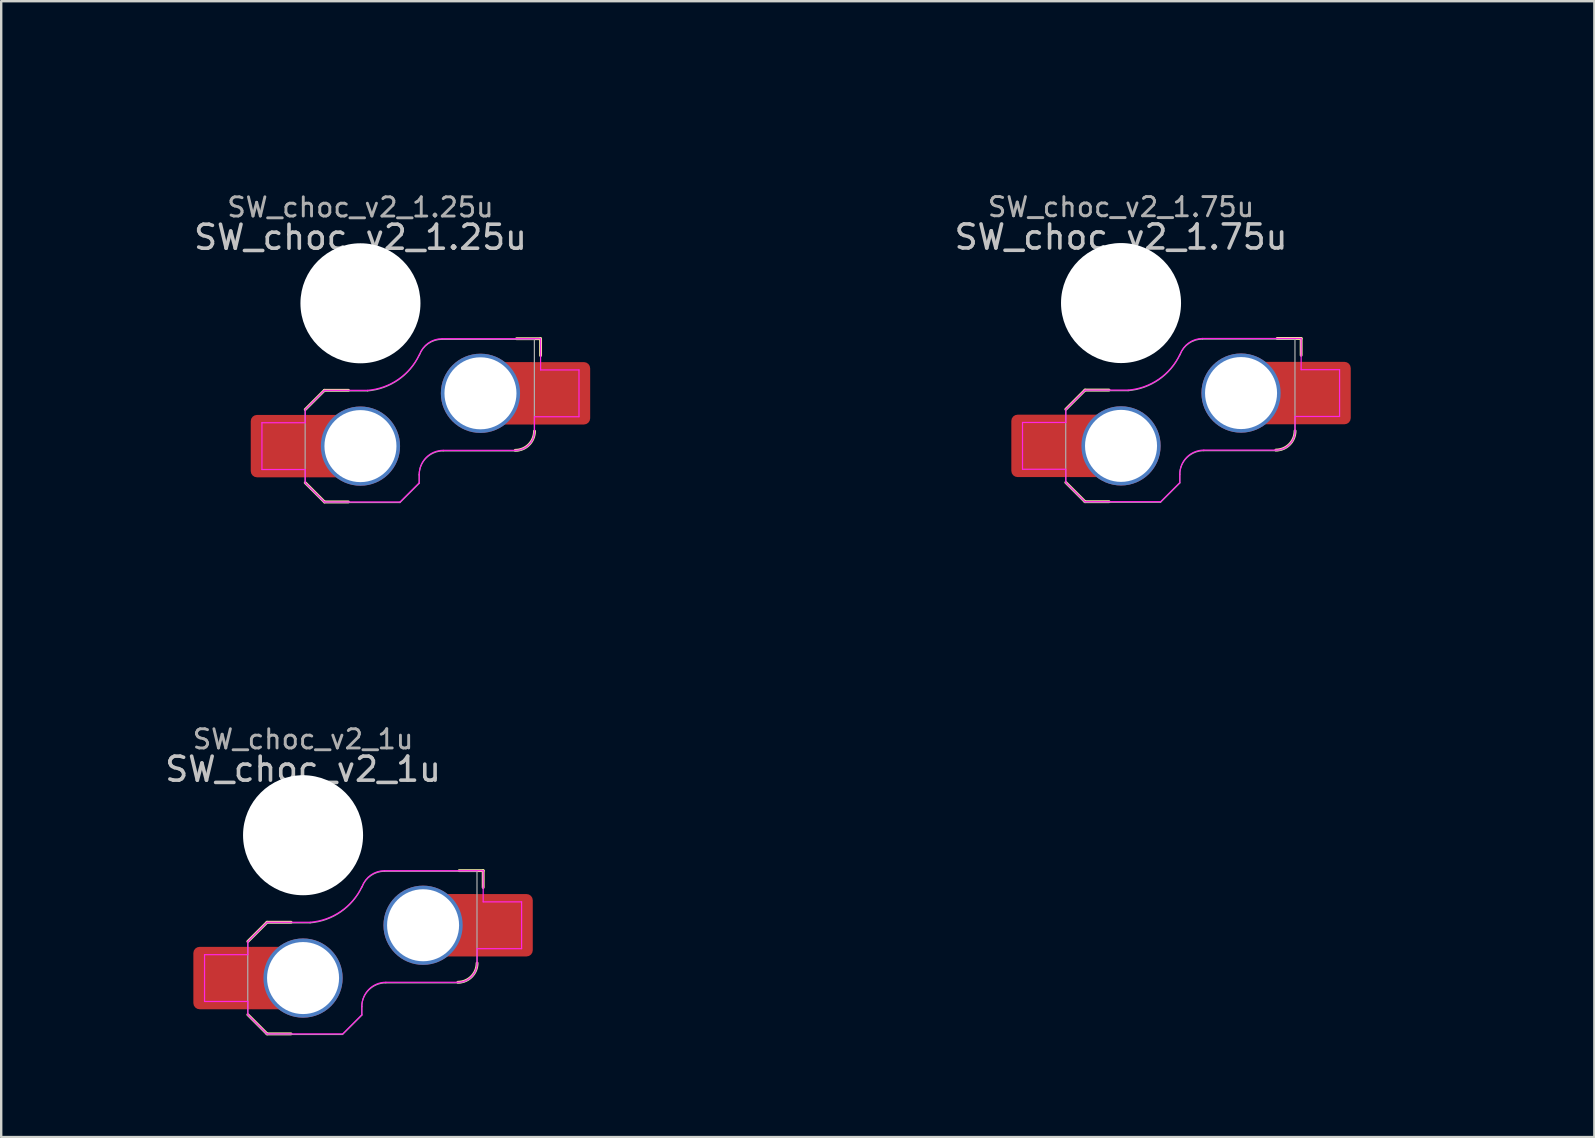
<source format=kicad_pcb>
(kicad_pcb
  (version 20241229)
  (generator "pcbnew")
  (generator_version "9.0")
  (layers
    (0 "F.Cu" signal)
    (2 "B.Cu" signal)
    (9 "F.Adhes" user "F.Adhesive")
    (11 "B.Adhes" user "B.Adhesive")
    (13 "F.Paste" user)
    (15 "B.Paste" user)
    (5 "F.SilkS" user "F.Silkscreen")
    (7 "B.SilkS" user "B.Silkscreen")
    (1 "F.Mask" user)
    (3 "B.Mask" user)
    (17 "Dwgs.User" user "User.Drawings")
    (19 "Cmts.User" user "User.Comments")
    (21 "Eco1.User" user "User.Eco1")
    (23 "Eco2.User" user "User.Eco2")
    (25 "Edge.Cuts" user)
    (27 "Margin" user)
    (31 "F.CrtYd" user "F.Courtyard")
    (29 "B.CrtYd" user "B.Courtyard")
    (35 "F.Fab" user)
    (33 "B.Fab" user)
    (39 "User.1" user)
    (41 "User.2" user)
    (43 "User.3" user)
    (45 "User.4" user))
  (footprint "SW_choc_v2_1.75u"
    (layer "F.Cu")
    (at 43.651 9.575)
    (property "Reference" "SW_choc_v2_1.75u" (at 0 -2.75 180) (layer "Dwgs.User") (effects (font (size 1 1) (thickness 0.15))))
    (attr smd)
    (fp_line (start -2.3 7.475) (end -1.5 8.275) (stroke (width 0.12) (type solid)) (layer "F.SilkS"))
    (fp_line (start -1.5 3.625) (end -2.3 4.425) (stroke (width 0.12) (type solid)) (layer "F.SilkS"))
    (fp_line (start -1.5 3.625) (end -0.5 3.625) (stroke (width 0.12) (type solid)) (layer "F.SilkS"))
    (fp_line (start -1.5 8.275) (end -0.5 8.275) (stroke (width 0.12) (type solid)) (layer "F.SilkS"))
    (fp_line (start 7.504 1.475) (end 6.504 1.475) (stroke (width 0.12) (type solid)) (layer "F.SilkS"))
    (fp_line (start 7.504 1.475) (end 7.504 2.175) (stroke (width 0.12) (type solid)) (layer "F.SilkS"))
    (fp_arc (start 7.25 5.325) (mid 7.015685 5.890685) (end 6.45 6.125) (stroke (width 0.12) (type solid)) (layer "F.SilkS"))
    (fp_rect (start -16.669 -9.525) (end 16.669 9.525) (stroke (width 0.1) (type default)) (fill no) (layer "Eco1.User"))
    (fp_line (start -4.104 4.975) (end -4.104 6.925) (stroke (width 0.05) (type solid)) (layer "F.CrtYd"))
    (fp_line (start -4.104 4.975) (end -2.3 4.975) (stroke (width 0.05) (type solid)) (layer "F.CrtYd"))
    (fp_line (start -4.104 6.925) (end -2.3 6.925) (stroke (width 0.05) (type solid)) (layer "F.CrtYd"))
    (fp_line (start -2.3 4.975) (end -2.3 4.425) (stroke (width 0.05) (type solid)) (layer "F.CrtYd"))
    (fp_line (start -2.3 7.475) (end -2.3 6.925) (stroke (width 0.05) (type solid)) (layer "F.CrtYd"))
    (fp_line (start -2.3 7.475) (end -1.5 8.275) (stroke (width 0.05) (type solid)) (layer "F.CrtYd"))
    (fp_line (start -1.5 3.625) (end -2.3 4.425) (stroke (width 0.05) (type solid)) (layer "F.CrtYd"))
    (fp_line (start -1.5 3.625) (end 0.3 3.625) (stroke (width 0.05) (type solid)) (layer "F.CrtYd"))
    (fp_line (start -1.5 8.275) (end 1.65 8.275) (stroke (width 0.05) (type solid)) (layer "F.CrtYd"))
    (fp_line (start 2.45 7.475) (end 1.65 8.275) (stroke (width 0.05) (type solid)) (layer "F.CrtYd"))
    (fp_line (start 2.45 7.475) (end 2.45 7.125) (stroke (width 0.05) (type solid)) (layer "F.CrtYd"))
    (fp_line (start 3.45 6.125) (end 6.45 6.125) (stroke (width 0.05) (type solid)) (layer "F.CrtYd"))
    (fp_line (start 7.25 4.725) (end 9.104 4.725) (stroke (width 0.05) (type solid)) (layer "F.CrtYd"))
    (fp_line (start 7.25 5.325) (end 7.25 4.725) (stroke (width 0.05) (type solid)) (layer "F.CrtYd"))
    (fp_line (start 7.504 1.475) (end 3.4 1.475) (stroke (width 0.05) (type solid)) (layer "F.CrtYd"))
    (fp_line (start 7.504 1.475) (end 7.504 2.175) (stroke (width 0.05) (type solid)) (layer "F.CrtYd"))
    (fp_line (start 7.504 2.175) (end 7.504 2.775) (stroke (width 0.05) (type solid)) (layer "F.CrtYd"))
    (fp_line (start 9.104 2.775) (end 7.504 2.775) (stroke (width 0.05) (type solid)) (layer "F.CrtYd"))
    (fp_line (start 9.104 4.725) (end 9.104 2.775) (stroke (width 0.05) (type solid)) (layer "F.CrtYd"))
    (fp_arc (start 2.45 7.125) (mid 2.742893 6.417893) (end 3.45 6.125) (stroke (width 0.05) (type solid)) (layer "F.CrtYd"))
    (fp_arc (start 2.455444 2.13293) (mid 1.577272 3.167235) (end 0.299999 3.624999) (stroke (width 0.05) (type solid)) (layer "F.CrtYd"))
    (fp_arc (start 2.460307 2.13298) (mid 2.826423 1.655848) (end 3.4 1.475) (stroke (width 0.05) (type solid)) (layer "F.CrtYd"))
    (fp_arc (start 7.25 5.325) (mid 7.015685 5.890685) (end 6.45 6.125) (stroke (width 0.05) (type solid)) (layer "F.CrtYd"))
    (fp_line (start -2.304 7.5) (end -2.304 4.45) (stroke (width 0.05) (type solid)) (layer "F.Fab"))
    (fp_line (start -2.304 7.5) (end -1.504 8.3) (stroke (width 0.05) (type solid)) (layer "F.Fab"))
    (fp_line (start -1.504 3.65) (end -2.304 4.45) (stroke (width 0.05) (type solid)) (layer "F.Fab"))
    (fp_line (start -1.504 3.65) (end 0.296 3.65) (stroke (width 0.05) (type solid)) (layer "F.Fab"))
    (fp_line (start -1.504 8.3) (end 1.646 8.3) (stroke (width 0.05) (type solid)) (layer "F.Fab"))
    (fp_line (start 2.446 7.5) (end 1.646 8.3) (stroke (width 0.05) (type solid)) (layer "F.Fab"))
    (fp_line (start 2.446 7.5) (end 2.446 7.15) (stroke (width 0.05) (type solid)) (layer "F.Fab"))
    (fp_line (start 3.446 6.15) (end 6.446 6.15) (stroke (width 0.05) (type solid)) (layer "F.Fab"))
    (fp_line (start 7.246 1.5) (end 3.396 1.5) (stroke (width 0.05) (type solid)) (layer "F.Fab"))
    (fp_line (start 7.246 5.35) (end 7.246 1.5) (stroke (width 0.05) (type solid)) (layer "F.Fab"))
    (fp_arc (start 2.446 7.15) (mid 2.738893 6.442893) (end 3.446 6.15) (stroke (width 0.05) (type solid)) (layer "F.Fab"))
    (fp_arc (start 2.451444 2.15793) (mid 1.573272 3.192235) (end 0.295999 3.649999) (stroke (width 0.05) (type solid)) (layer "F.Fab"))
    (fp_arc (start 2.456307 2.15798) (mid 2.822423 1.680848) (end 3.396 1.5) (stroke (width 0.05) (type solid)) (layer "F.Fab"))
    (fp_arc (start 7.246 5.35) (mid 7.011685 5.915685) (end 6.446 6.15) (stroke (width 0.05) (type solid)) (layer "F.Fab"))
    (fp_text user "${REFERENCE}" (at 0 -4 0) (layer "F.Fab") (effects (font (size 0.8 0.8) (thickness 0.12))))
    (pad "" np_thru_hole circle (at 0 0 180) (size 5 5) (drill 5) (layers "*.Cu" "*.Mask"))
    (pad "1" thru_hole circle (at 5 3.75) (size 3.3 3.3) (drill 3) (layers "*.Cu" "F.Mask"))
    (pad "1" smd rect (at 6.55 3.75) (size 1.2 2.6) (layers "F.Cu"))
    (pad "1" smd roundrect (at 8.245 3.75) (size 2.65 2.6) (layers "F.Cu" "F.Mask" "F.Paste") (roundrect_rratio 0.1))
    (pad "2" smd roundrect (at -3.245 5.95) (size 2.65 2.6) (layers "F.Cu" "F.Mask" "F.Paste") (roundrect_rratio 0.1))
    (pad "2" smd rect (at -1.55 5.95 180) (size 1.2 2.6) (layers "F.Cu"))
    (pad "2" thru_hole circle (at 0 5.95) (size 3.3 3.3) (drill 3) (layers "*.Cu" "F.Mask")))
  (footprint "SW_choc_v2_1.25u"
    (layer "F.Cu")
    (at 11.966 9.585)
    (property "Reference" "SW_choc_v2_1.25u" (at 0 -2.75 180) (layer "Dwgs.User") (effects (font (size 1 1) (thickness 0.15))))
    (attr smd)
    (fp_line (start -2.3 7.475) (end -1.5 8.275) (stroke (width 0.12) (type solid)) (layer "F.SilkS"))
    (fp_line (start -1.5 3.625) (end -2.3 4.425) (stroke (width 0.12) (type solid)) (layer "F.SilkS"))
    (fp_line (start -1.5 3.625) (end -0.5 3.625) (stroke (width 0.12) (type solid)) (layer "F.SilkS"))
    (fp_line (start -1.5 8.275) (end -0.5 8.275) (stroke (width 0.12) (type solid)) (layer "F.SilkS"))
    (fp_line (start 7.504 1.475) (end 6.504 1.475) (stroke (width 0.12) (type solid)) (layer "F.SilkS"))
    (fp_line (start 7.504 1.475) (end 7.504 2.175) (stroke (width 0.12) (type solid)) (layer "F.SilkS"))
    (fp_arc (start 7.25 5.325) (mid 7.015685 5.890685) (end 6.45 6.125) (stroke (width 0.12) (type solid)) (layer "F.SilkS"))
    (fp_line (start -11.906 -9.525) (end -11.906 9.525) (stroke (width 0.12) (type solid)) (layer "Eco1.User"))
    (fp_line (start -11.906 9.525) (end 11.906 9.525) (stroke (width 0.12) (type solid)) (layer "Eco1.User"))
    (fp_line (start 11.906 -9.525) (end -11.906 -9.525) (stroke (width 0.12) (type solid)) (layer "Eco1.User"))
    (fp_line (start 11.906 9.525) (end 11.906 -9.525) (stroke (width 0.12) (type solid)) (layer "Eco1.User"))
    (fp_line (start -4.104 4.975) (end -4.104 6.925) (stroke (width 0.05) (type solid)) (layer "F.CrtYd"))
    (fp_line (start -4.104 4.975) (end -2.3 4.975) (stroke (width 0.05) (type solid)) (layer "F.CrtYd"))
    (fp_line (start -4.104 6.925) (end -2.3 6.925) (stroke (width 0.05) (type solid)) (layer "F.CrtYd"))
    (fp_line (start -2.3 4.975) (end -2.3 4.425) (stroke (width 0.05) (type solid)) (layer "F.CrtYd"))
    (fp_line (start -2.3 7.475) (end -2.3 6.925) (stroke (width 0.05) (type solid)) (layer "F.CrtYd"))
    (fp_line (start -2.3 7.475) (end -1.5 8.275) (stroke (width 0.05) (type solid)) (layer "F.CrtYd"))
    (fp_line (start -1.5 3.625) (end -2.3 4.425) (stroke (width 0.05) (type solid)) (layer "F.CrtYd"))
    (fp_line (start -1.5 3.625) (end 0.3 3.625) (stroke (width 0.05) (type solid)) (layer "F.CrtYd"))
    (fp_line (start -1.5 8.275) (end 1.65 8.275) (stroke (width 0.05) (type solid)) (layer "F.CrtYd"))
    (fp_line (start 2.45 7.475) (end 1.65 8.275) (stroke (width 0.05) (type solid)) (layer "F.CrtYd"))
    (fp_line (start 2.45 7.475) (end 2.45 7.125) (stroke (width 0.05) (type solid)) (layer "F.CrtYd"))
    (fp_line (start 3.45 6.125) (end 6.45 6.125) (stroke (width 0.05) (type solid)) (layer "F.CrtYd"))
    (fp_line (start 7.25 4.725) (end 9.104 4.725) (stroke (width 0.05) (type solid)) (layer "F.CrtYd"))
    (fp_line (start 7.25 5.325) (end 7.25 4.725) (stroke (width 0.05) (type solid)) (layer "F.CrtYd"))
    (fp_line (start 7.504 1.475) (end 3.4 1.475) (stroke (width 0.05) (type solid)) (layer "F.CrtYd"))
    (fp_line (start 7.504 1.475) (end 7.504 2.175) (stroke (width 0.05) (type solid)) (layer "F.CrtYd"))
    (fp_line (start 7.504 2.175) (end 7.504 2.775) (stroke (width 0.05) (type solid)) (layer "F.CrtYd"))
    (fp_line (start 9.104 2.775) (end 7.504 2.775) (stroke (width 0.05) (type solid)) (layer "F.CrtYd"))
    (fp_line (start 9.104 4.725) (end 9.104 2.775) (stroke (width 0.05) (type solid)) (layer "F.CrtYd"))
    (fp_arc (start 2.45 7.125) (mid 2.742893 6.417893) (end 3.45 6.125) (stroke (width 0.05) (type solid)) (layer "F.CrtYd"))
    (fp_arc (start 2.455444 2.13293) (mid 1.577272 3.167235) (end 0.299999 3.624999) (stroke (width 0.05) (type solid)) (layer "F.CrtYd"))
    (fp_arc (start 2.460307 2.13298) (mid 2.826423 1.655848) (end 3.4 1.475) (stroke (width 0.05) (type solid)) (layer "F.CrtYd"))
    (fp_arc (start 7.25 5.325) (mid 7.015685 5.890685) (end 6.45 6.125) (stroke (width 0.05) (type solid)) (layer "F.CrtYd"))
    (fp_line (start -2.304 7.5) (end -2.304 4.45) (stroke (width 0.05) (type solid)) (layer "F.Fab"))
    (fp_line (start -2.304 7.5) (end -1.504 8.3) (stroke (width 0.05) (type solid)) (layer "F.Fab"))
    (fp_line (start -1.504 3.65) (end -2.304 4.45) (stroke (width 0.05) (type solid)) (layer "F.Fab"))
    (fp_line (start -1.504 3.65) (end 0.296 3.65) (stroke (width 0.05) (type solid)) (layer "F.Fab"))
    (fp_line (start -1.504 8.3) (end 1.646 8.3) (stroke (width 0.05) (type solid)) (layer "F.Fab"))
    (fp_line (start 2.446 7.5) (end 1.646 8.3) (stroke (width 0.05) (type solid)) (layer "F.Fab"))
    (fp_line (start 2.446 7.5) (end 2.446 7.15) (stroke (width 0.05) (type solid)) (layer "F.Fab"))
    (fp_line (start 3.446 6.15) (end 6.446 6.15) (stroke (width 0.05) (type solid)) (layer "F.Fab"))
    (fp_line (start 7.246 1.5) (end 3.396 1.5) (stroke (width 0.05) (type solid)) (layer "F.Fab"))
    (fp_line (start 7.246 5.35) (end 7.246 1.5) (stroke (width 0.05) (type solid)) (layer "F.Fab"))
    (fp_arc (start 2.446 7.15) (mid 2.738893 6.442893) (end 3.446 6.15) (stroke (width 0.05) (type solid)) (layer "F.Fab"))
    (fp_arc (start 2.451444 2.15793) (mid 1.573272 3.192235) (end 0.295999 3.649999) (stroke (width 0.05) (type solid)) (layer "F.Fab"))
    (fp_arc (start 2.456307 2.15798) (mid 2.822423 1.680848) (end 3.396 1.5) (stroke (width 0.05) (type solid)) (layer "F.Fab"))
    (fp_arc (start 7.246 5.35) (mid 7.011685 5.915685) (end 6.446 6.15) (stroke (width 0.05) (type solid)) (layer "F.Fab"))
    (fp_text user "${REFERENCE}" (at 0 -4 0) (layer "F.Fab") (effects (font (size 0.8 0.8) (thickness 0.12))))
    (pad "" np_thru_hole circle (at 0 0 180) (size 5 5) (drill 5) (layers "*.Cu" "*.Mask"))
    (pad "1" thru_hole circle (at 5 3.75) (size 3.3 3.3) (drill 3) (layers "*.Cu" "F.Mask"))
    (pad "1" smd rect (at 6.55 3.75) (size 1.2 2.6) (layers "F.Cu"))
    (pad "1" smd roundrect (at 8.245 3.75) (size 2.65 2.6) (layers "F.Cu" "F.Mask" "F.Paste") (roundrect_rratio 0.1))
    (pad "2" smd roundrect (at -3.245 5.95) (size 2.65 2.6) (layers "F.Cu" "F.Mask" "F.Paste") (roundrect_rratio 0.1))
    (pad "2" smd rect (at -1.55 5.95 180) (size 1.2 2.6) (layers "F.Cu"))
    (pad "2" thru_hole circle (at 0 5.95) (size 3.3 3.3) (drill 3) (layers "*.Cu" "F.Mask")))
  (footprint "SW_choc_v2_1u"
    (layer "F.Cu")
    (at 9.575 31.745)
    (property "Reference" "SW_choc_v2_1u" (at 0 -2.75 180) (layer "Dwgs.User") (effects (font (size 1 1) (thickness 0.15))))
    (attr smd)
    (fp_line (start -2.3 7.475) (end -1.5 8.275) (stroke (width 0.12) (type solid)) (layer "F.SilkS"))
    (fp_line (start -1.5 3.625) (end -2.3 4.425) (stroke (width 0.12) (type solid)) (layer "F.SilkS"))
    (fp_line (start -1.5 3.625) (end -0.5 3.625) (stroke (width 0.12) (type solid)) (layer "F.SilkS"))
    (fp_line (start -1.5 8.275) (end -0.5 8.275) (stroke (width 0.12) (type solid)) (layer "F.SilkS"))
    (fp_line (start 7.504 1.475) (end 6.504 1.475) (stroke (width 0.12) (type solid)) (layer "F.SilkS"))
    (fp_line (start 7.504 1.475) (end 7.504 2.175) (stroke (width 0.12) (type solid)) (layer "F.SilkS"))
    (fp_arc (start 7.25 5.325) (mid 7.015685 5.890685) (end 6.45 6.125) (stroke (width 0.12) (type solid)) (layer "F.SilkS"))
    (fp_rect (start -9.525 -9.525) (end 9.525 9.525) (stroke (width 0.1) (type default)) (fill no) (layer "Eco1.User"))
    (fp_line (start -4.104 4.975) (end -4.104 6.925) (stroke (width 0.05) (type solid)) (layer "F.CrtYd"))
    (fp_line (start -4.104 4.975) (end -2.3 4.975) (stroke (width 0.05) (type solid)) (layer "F.CrtYd"))
    (fp_line (start -4.104 6.925) (end -2.3 6.925) (stroke (width 0.05) (type solid)) (layer "F.CrtYd"))
    (fp_line (start -2.3 4.975) (end -2.3 4.425) (stroke (width 0.05) (type solid)) (layer "F.CrtYd"))
    (fp_line (start -2.3 7.475) (end -2.3 6.925) (stroke (width 0.05) (type solid)) (layer "F.CrtYd"))
    (fp_line (start -2.3 7.475) (end -1.5 8.275) (stroke (width 0.05) (type solid)) (layer "F.CrtYd"))
    (fp_line (start -1.5 3.625) (end -2.3 4.425) (stroke (width 0.05) (type solid)) (layer "F.CrtYd"))
    (fp_line (start -1.5 3.625) (end 0.3 3.625) (stroke (width 0.05) (type solid)) (layer "F.CrtYd"))
    (fp_line (start -1.5 8.275) (end 1.65 8.275) (stroke (width 0.05) (type solid)) (layer "F.CrtYd"))
    (fp_line (start 2.45 7.475) (end 1.65 8.275) (stroke (width 0.05) (type solid)) (layer "F.CrtYd"))
    (fp_line (start 2.45 7.475) (end 2.45 7.125) (stroke (width 0.05) (type solid)) (layer "F.CrtYd"))
    (fp_line (start 3.45 6.125) (end 6.45 6.125) (stroke (width 0.05) (type solid)) (layer "F.CrtYd"))
    (fp_line (start 7.25 4.725) (end 9.104 4.725) (stroke (width 0.05) (type solid)) (layer "F.CrtYd"))
    (fp_line (start 7.25 5.325) (end 7.25 4.725) (stroke (width 0.05) (type solid)) (layer "F.CrtYd"))
    (fp_line (start 7.504 1.475) (end 3.4 1.475) (stroke (width 0.05) (type solid)) (layer "F.CrtYd"))
    (fp_line (start 7.504 1.475) (end 7.504 2.175) (stroke (width 0.05) (type solid)) (layer "F.CrtYd"))
    (fp_line (start 7.504 2.175) (end 7.504 2.775) (stroke (width 0.05) (type solid)) (layer "F.CrtYd"))
    (fp_line (start 9.104 2.775) (end 7.504 2.775) (stroke (width 0.05) (type solid)) (layer "F.CrtYd"))
    (fp_line (start 9.104 4.725) (end 9.104 2.775) (stroke (width 0.05) (type solid)) (layer "F.CrtYd"))
    (fp_arc (start 2.45 7.125) (mid 2.742893 6.417893) (end 3.45 6.125) (stroke (width 0.05) (type solid)) (layer "F.CrtYd"))
    (fp_arc (start 2.455444 2.13293) (mid 1.577272 3.167235) (end 0.299999 3.624999) (stroke (width 0.05) (type solid)) (layer "F.CrtYd"))
    (fp_arc (start 2.460307 2.13298) (mid 2.826423 1.655848) (end 3.4 1.475) (stroke (width 0.05) (type solid)) (layer "F.CrtYd"))
    (fp_arc (start 7.25 5.325) (mid 7.015685 5.890685) (end 6.45 6.125) (stroke (width 0.05) (type solid)) (layer "F.CrtYd"))
    (fp_line (start -2.304 7.5) (end -2.304 4.45) (stroke (width 0.05) (type solid)) (layer "F.Fab"))
    (fp_line (start -2.304 7.5) (end -1.504 8.3) (stroke (width 0.05) (type solid)) (layer "F.Fab"))
    (fp_line (start -1.504 3.65) (end -2.304 4.45) (stroke (width 0.05) (type solid)) (layer "F.Fab"))
    (fp_line (start -1.504 3.65) (end 0.296 3.65) (stroke (width 0.05) (type solid)) (layer "F.Fab"))
    (fp_line (start -1.504 8.3) (end 1.646 8.3) (stroke (width 0.05) (type solid)) (layer "F.Fab"))
    (fp_line (start 2.446 7.5) (end 1.646 8.3) (stroke (width 0.05) (type solid)) (layer "F.Fab"))
    (fp_line (start 2.446 7.5) (end 2.446 7.15) (stroke (width 0.05) (type solid)) (layer "F.Fab"))
    (fp_line (start 3.446 6.15) (end 6.446 6.15) (stroke (width 0.05) (type solid)) (layer "F.Fab"))
    (fp_line (start 7.246 1.5) (end 3.396 1.5) (stroke (width 0.05) (type solid)) (layer "F.Fab"))
    (fp_line (start 7.246 5.35) (end 7.246 1.5) (stroke (width 0.05) (type solid)) (layer "F.Fab"))
    (fp_arc (start 2.446 7.15) (mid 2.738893 6.442893) (end 3.446 6.15) (stroke (width 0.05) (type solid)) (layer "F.Fab"))
    (fp_arc (start 2.451444 2.15793) (mid 1.573272 3.192235) (end 0.295999 3.649999) (stroke (width 0.05) (type solid)) (layer "F.Fab"))
    (fp_arc (start 2.456307 2.15798) (mid 2.822423 1.680848) (end 3.396 1.5) (stroke (width 0.05) (type solid)) (layer "F.Fab"))
    (fp_arc (start 7.246 5.35) (mid 7.011685 5.915685) (end 6.446 6.15) (stroke (width 0.05) (type solid)) (layer "F.Fab"))
    (fp_text user "${REFERENCE}" (at 0 -4 0) (layer "F.Fab") (effects (font (size 0.8 0.8) (thickness 0.12))))
    (pad "" np_thru_hole circle (at 0 0 180) (size 5 5) (drill 5) (layers "*.Cu" "*.Mask"))
    (pad "1" thru_hole circle (at 5 3.75) (size 3.3 3.3) (drill 3) (layers "*.Cu" "F.Mask"))
    (pad "1" smd rect (at 6.55 3.75) (size 1.2 2.6) (layers "F.Cu"))
    (pad "1" smd roundrect (at 8.245 3.75) (size 2.65 2.6) (layers "F.Cu" "F.Mask" "F.Paste") (roundrect_rratio 0.1))
    (pad "2" smd roundrect (at -3.245 5.95) (size 2.65 2.6) (layers "F.Cu" "F.Mask" "F.Paste") (roundrect_rratio 0.1))
    (pad "2" smd rect (at -1.55 5.95 180) (size 1.2 2.6) (layers "F.Cu"))
    (pad "2" thru_hole circle (at 0 5.95) (size 3.3 3.3) (drill 3) (layers "*.Cu" "F.Mask")))
  (gr_rect
    (start -3 -3)
    (end 63.37 44.32)
    (stroke (width 0.1) (type default))
    (fill no)
    (layer "Edge.Cuts")))
</source>
